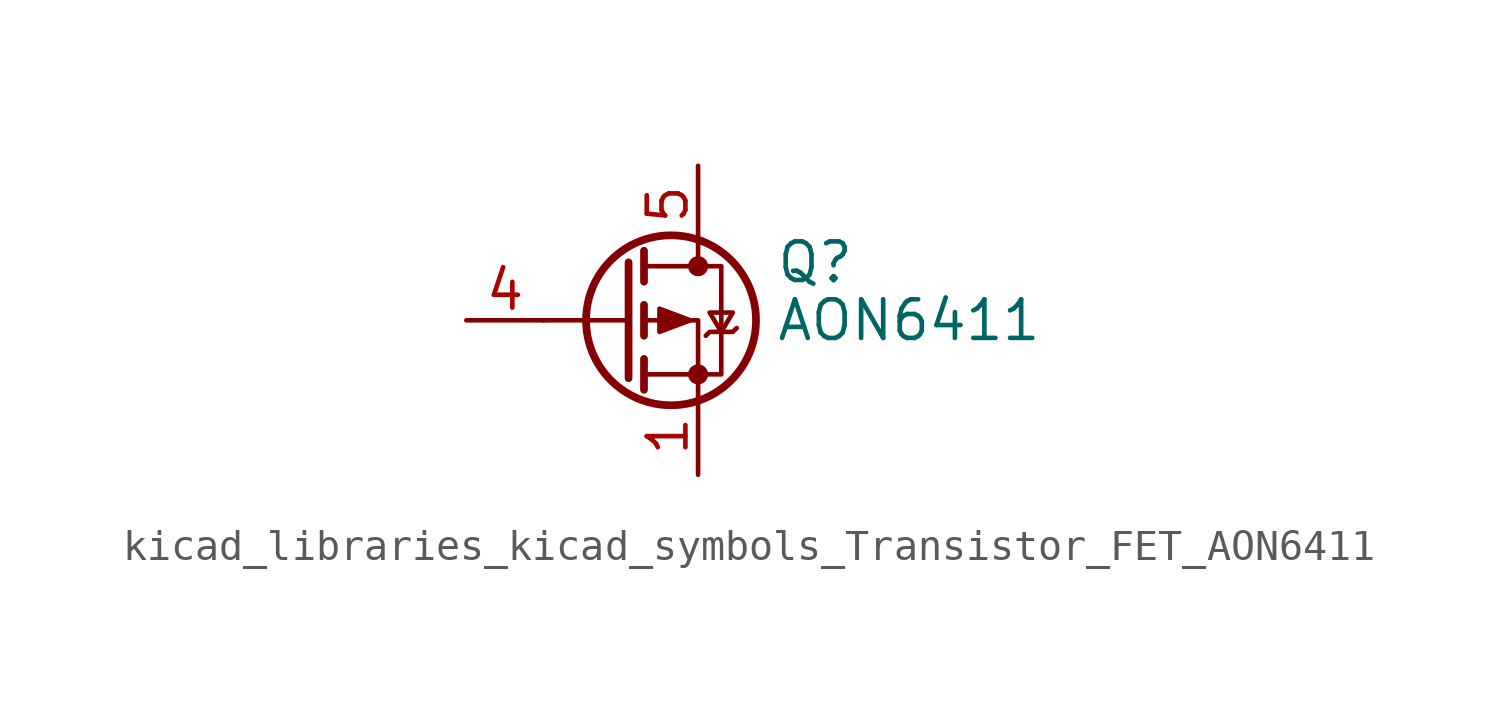
<source format=kicad_sym>
(kicad_symbol_lib
  (version 20220914)
  (generator kicad_symbol_editor)
  (symbol "kicad_libraries_kicad_symbols_Transistor_FET_AON6411"
    (pin_names hide)
    (property "Reference" "Q"
      (at 5.08 1.905 0)
      (effects (font (size 1.27 1.27)) (justify left)))
    (property "Value" "AON6411"
      (at 5.08 0 0)
      (effects (font (size 1.27 1.27)) (justify left)))
    (symbol "kicad_libraries_kicad_symbols_Transistor_FET_AON6411_0_1"
      (polyline (pts (xy 0.254 0) (xy -2.54 0)) (stroke (width 0) (type default)) (fill (type none)))
      (polyline (pts (xy 0.254 1.905) (xy 0.254 -1.905)) (stroke (width 0.254) (type default)) (fill (type none)))
      (polyline (pts (xy 0.762 -1.27) (xy 0.762 -2.286)) (stroke (width 0.254) (type default)) (fill (type none)))
      (polyline (pts (xy 0.762 0.508) (xy 0.762 -0.508)) (stroke (width 0.254) (type default)) (fill (type none)))
      (polyline (pts (xy 0.762 2.286) (xy 0.762 1.27)) (stroke (width 0.254) (type default)) (fill (type none)))
      (polyline (pts (xy 2.54 2.54) (xy 2.54 1.778)) (stroke (width 0) (type default)) (fill (type none)))
      (polyline (pts (xy 2.54 -2.54) (xy 2.54 0) (xy 0.762 0)) (stroke (width 0) (type default)) (fill (type none)))
      (polyline (pts (xy 0.762 1.778) (xy 3.302 1.778) (xy 3.302 -1.778) (xy 0.762 -1.778)) (stroke (width 0) (type default)) (fill (type none)))
      (polyline (pts (xy 2.286 0) (xy 1.27 0.381) (xy 1.27 -0.381) (xy 2.286 0)) (stroke (width 0) (type default)) (fill (type outline)))
      (polyline (pts (xy 2.794 -0.508) (xy 2.921 -0.381) (xy 3.683 -0.381) (xy 3.81 -0.254)) (stroke (width 0) (type default)) (fill (type none)))
      (polyline (pts (xy 3.302 -0.381) (xy 2.921 0.254) (xy 3.683 0.254) (xy 3.302 -0.381)) (stroke (width 0) (type default)) (fill (type none)))
      (circle (center 1.651 0) (radius 2.794) (stroke (width 0.254) (type default)) (fill (type none)))
      (circle (center 2.54 -1.778) (radius 0.254) (stroke (width 0) (type default)) (fill (type outline)))
      (circle (center 2.54 1.778) (radius 0.254) (stroke (width 0) (type default)) (fill (type outline))))
    (symbol "kicad_libraries_kicad_symbols_Transistor_FET_AON6411_1_1"
      (pin passive line (at 2.54 -5.08 90) (length 2.54) (name "S" (effects (font (size 1.27 1.27)))) (number "1" (effects (font (size 1.27 1.27)))))
      (pin passive line (at 2.54 -5.08 90) (length 2.54) hide (name "S" (effects (font (size 1.27 1.27)))) (number "2" (effects (font (size 1.27 1.27)))))
      (pin passive line (at 2.54 -5.08 90) (length 2.54) hide (name "S" (effects (font (size 1.27 1.27)))) (number "3" (effects (font (size 1.27 1.27)))))
      (pin input line (at -5.08 0 0) (length 2.54) (name "G" (effects (font (size 1.27 1.27)))) (number "4" (effects (font (size 1.27 1.27)))))
      (pin passive line (at 2.54 5.08 270) (length 2.54) (name "D" (effects (font (size 1.27 1.27)))) (number "5" (effects (font (size 1.27 1.27))))))))
</source>
